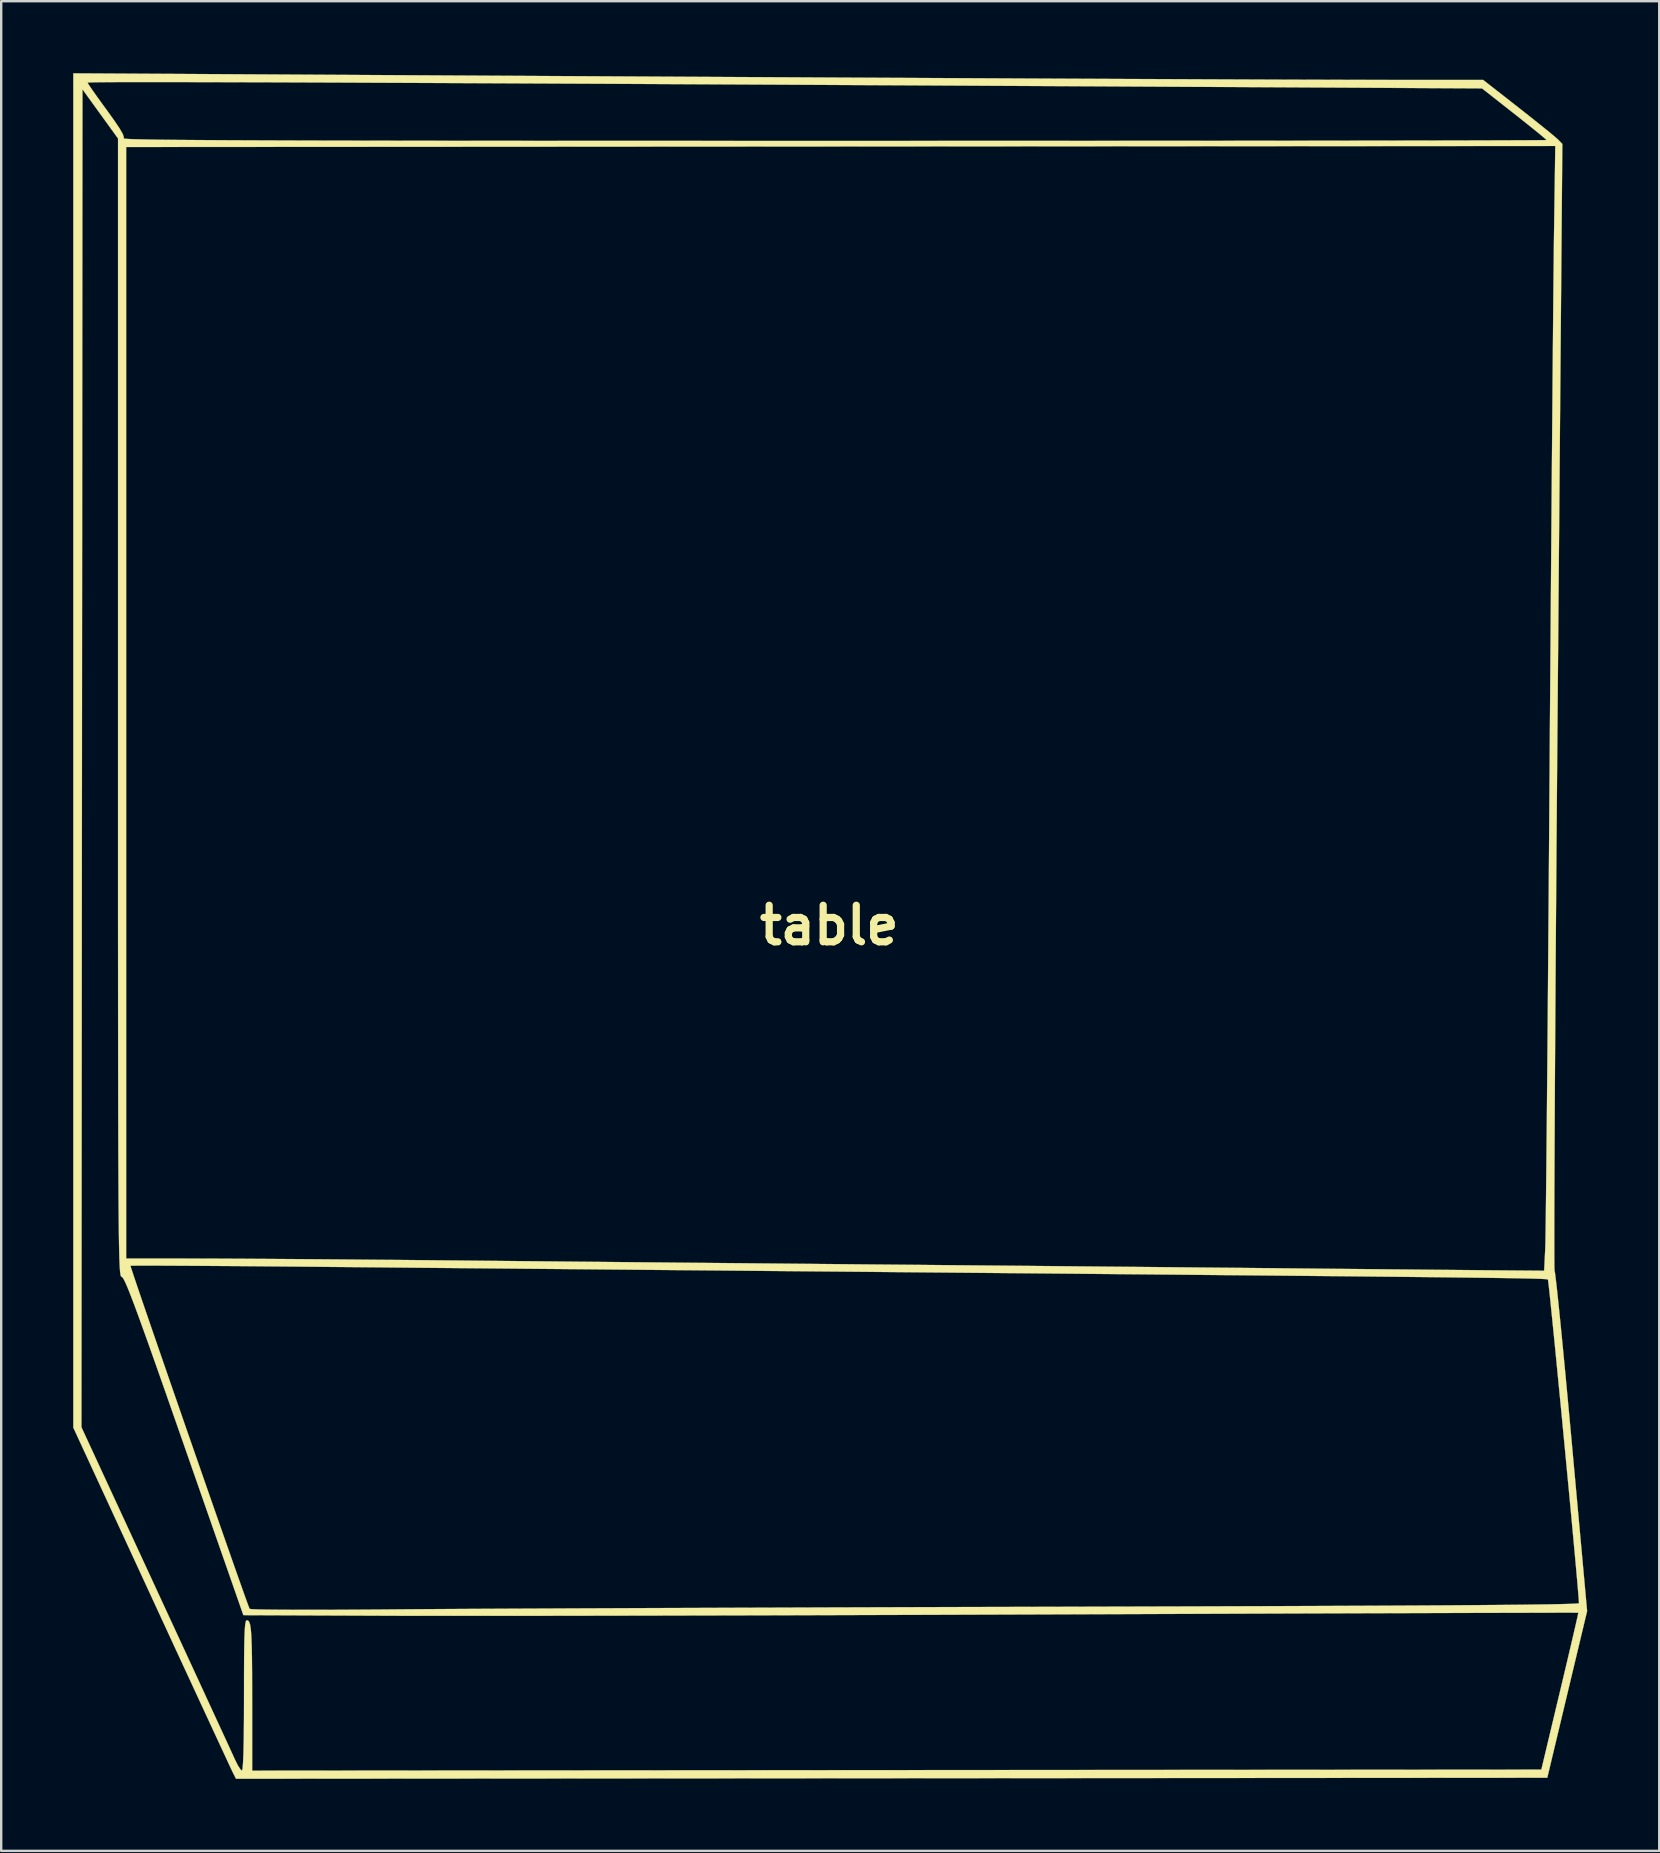
<source format=kicad_pcb>
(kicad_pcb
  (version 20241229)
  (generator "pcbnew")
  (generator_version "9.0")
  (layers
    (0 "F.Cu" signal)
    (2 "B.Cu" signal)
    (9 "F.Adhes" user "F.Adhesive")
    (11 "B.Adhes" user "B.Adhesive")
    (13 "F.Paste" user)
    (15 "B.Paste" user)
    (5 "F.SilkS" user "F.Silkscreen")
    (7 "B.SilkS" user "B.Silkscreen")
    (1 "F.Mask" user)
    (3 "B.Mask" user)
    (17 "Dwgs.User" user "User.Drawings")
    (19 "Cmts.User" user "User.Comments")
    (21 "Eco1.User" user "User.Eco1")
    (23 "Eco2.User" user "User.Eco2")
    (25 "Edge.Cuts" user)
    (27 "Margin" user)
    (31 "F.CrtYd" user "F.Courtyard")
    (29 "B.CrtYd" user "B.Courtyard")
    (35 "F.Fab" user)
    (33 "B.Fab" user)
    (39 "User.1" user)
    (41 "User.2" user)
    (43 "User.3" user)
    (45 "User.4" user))
  (footprint "table"
    (layer "F.Cu")
    (at 31.501 35.502)
    (property "Reference" "table" (at 0 0 0) (layer "F.SilkS") (effects (font (size 1.524 1.524) (thickness 0.3))))
    (attr through_hole)
    (fp_poly (pts (xy -21.484 -35.44) (xy -18.957 -35.425) (xy -16.436 -35.411) (xy -13.929 -35.397) (xy -11.442 -35.383) (xy -8.983 -35.37) (xy -6.558 -35.357) (xy -4.175 -35.344) (xy -1.841 -35.332) (xy 0.437 -35.32) (xy 2.652 -35.309) (xy 4.798 -35.298) (xy 6.866 -35.288) (xy 8.85 -35.278) (xy 10.743 -35.269) (xy 12.538 -35.261) (xy 14.227 -35.254) (xy 15.804 -35.247) (xy 17.261 -35.241) (xy 18.592 -35.235) (xy 19.789 -35.231) (xy 20.846 -35.228) (xy 21.754 -35.225) (xy 22.508 -35.223) (xy 23.101 -35.223) (xy 23.127 -35.223) (xy 27.246 -35.221) (xy 28.715 -34.072) (xy 29.156 -33.725) (xy 29.56 -33.403) (xy 29.907 -33.124) (xy 30.172 -32.905) (xy 30.334 -32.766) (xy 30.364 -32.738) (xy 30.544 -32.554) (xy 30.348 -9.103) (xy 30.331 -7.122) (xy 30.316 -5.184) (xy 30.301 -3.298) (xy 30.288 -1.469) (xy 30.275 0.295) (xy 30.263 1.987) (xy 30.253 3.602) (xy 30.243 5.131) (xy 30.234 6.568) (xy 30.227 7.906) (xy 30.221 9.139) (xy 30.216 10.26) (xy 30.212 11.261) (xy 30.21 12.136) (xy 30.209 12.878) (xy 30.209 13.48) (xy 30.21 13.936) (xy 30.213 14.239) (xy 30.218 14.381) (xy 30.22 14.392) (xy 30.238 14.481) (xy 30.269 14.726) (xy 30.314 15.115) (xy 30.369 15.636) (xy 30.435 16.275) (xy 30.509 17.021) (xy 30.591 17.861) (xy 30.679 18.783) (xy 30.772 19.773) (xy 30.869 20.821) (xy 30.932 21.505) (xy 31.576 28.575) (xy 30.746 32.046) (xy 29.917 35.518) (xy -24.718 35.56) (xy -24.836 35.327) (xy -24.889 35.218) (xy -25.007 34.966) (xy -25.185 34.582) (xy -25.419 34.078) (xy -25.703 33.466) (xy -26.032 32.755) (xy -26.401 31.958) (xy -26.805 31.086) (xy -27.238 30.15) (xy -27.695 29.16) (xy -28.171 28.129) (xy -28.225 28.012) (xy -31.496 20.93) (xy -31.496 20.914) (xy -31.158 20.914) (xy -28.055 27.623) (xy -27.587 28.636) (xy -27.135 29.613) (xy -26.706 30.541) (xy -26.305 31.409) (xy -25.938 32.205) (xy -25.61 32.917) (xy -25.326 33.532) (xy -25.093 34.038) (xy -24.915 34.425) (xy -24.799 34.679) (xy -24.754 34.777) (xy -24.633 35.017) (xy -24.525 35.179) (xy -24.47 35.221) (xy -24.444 35.137) (xy -24.424 34.886) (xy -24.407 34.47) (xy -24.395 33.892) (xy -24.387 33.154) (xy -24.384 32.258) (xy -24.384 32.089) (xy -24.383 31.26) (xy -24.38 30.585) (xy -24.374 30.051) (xy -24.365 29.642) (xy -24.352 29.343) (xy -24.335 29.14) (xy -24.313 29.019) (xy -24.286 28.963) (xy -24.268 28.956) (xy -24.212 28.972) (xy -24.166 29.031) (xy -24.129 29.147) (xy -24.1 29.336) (xy -24.079 29.611) (xy -24.064 29.989) (xy -24.054 30.483) (xy -24.048 31.109) (xy -24.046 31.882) (xy -24.045 32.353) (xy -24.045 35.222) (xy 2.812 35.2) (xy 29.669 35.179) (xy 30.447 31.919) (xy 30.617 31.204) (xy 30.774 30.542) (xy 30.913 29.951) (xy 31.03 29.449) (xy 31.121 29.054) (xy 31.182 28.782) (xy 31.209 28.652) (xy 31.21 28.643) (xy 31.125 28.642) (xy 30.878 28.641) (xy 30.476 28.641) (xy 29.926 28.642) (xy 29.235 28.644) (xy 28.41 28.646) (xy 27.459 28.648) (xy 26.388 28.651) (xy 25.204 28.655) (xy 23.916 28.659) (xy 22.529 28.663) (xy 21.052 28.668) (xy 19.49 28.673) (xy 17.852 28.679) (xy 16.144 28.685) (xy 14.374 28.692) (xy 12.548 28.699) (xy 10.673 28.706) (xy 9.692 28.71) (xy 7.705 28.717) (xy 5.716 28.724) (xy 3.735 28.731) (xy 1.771 28.737) (xy -0.165 28.743) (xy -2.063 28.749) (xy -3.913 28.754) (xy -5.704 28.758) (xy -7.427 28.762) (xy -9.07 28.765) (xy -10.625 28.768) (xy -12.081 28.77) (xy -13.428 28.771) (xy -14.655 28.772) (xy -15.753 28.772) (xy -16.711 28.772) (xy -17.518 28.771) (xy -18.111 28.769) (xy -24.411 28.744) (xy -26.871 21.696) (xy -27.309 20.442) (xy -27.695 19.339) (xy -28.033 18.379) (xy -28.326 17.552) (xy -28.578 16.85) (xy -28.79 16.263) (xy -28.968 15.783) (xy -29.114 15.401) (xy -29.231 15.108) (xy -29.323 14.895) (xy -29.393 14.753) (xy -29.444 14.674) (xy -29.48 14.647) (xy -29.482 14.647) (xy -29.497 14.643) (xy -29.511 14.624) (xy -29.524 14.587) (xy -29.536 14.524) (xy -29.548 14.43) (xy -29.558 14.3) (xy -29.564 14.186) (xy -29.115 14.186) (xy -29.092 14.268) (xy -29.017 14.495) (xy -28.897 14.855) (xy -28.735 15.333) (xy -28.536 15.915) (xy -28.305 16.588) (xy -28.047 17.338) (xy -27.766 18.151) (xy -27.469 19.012) (xy -27.158 19.909) (xy -26.84 20.828) (xy -26.518 21.754) (xy -26.198 22.674) (xy -25.885 23.573) (xy -25.583 24.439) (xy -25.297 25.257) (xy -25.032 26.013) (xy -24.793 26.694) (xy -24.584 27.285) (xy -24.411 27.774) (xy -24.278 28.145) (xy -24.19 28.385) (xy -24.151 28.481) (xy -24.06 28.494) (xy -23.811 28.504) (xy -23.414 28.512) (xy -22.882 28.517) (xy -22.224 28.52) (xy -21.453 28.521) (xy -20.579 28.519) (xy -19.613 28.514) (xy -18.567 28.507) (xy -18 28.502) (xy -17.356 28.497) (xy -16.553 28.492) (xy -15.6 28.486) (xy -14.509 28.48) (xy -13.288 28.474) (xy -11.948 28.468) (xy -10.498 28.461) (xy -8.95 28.455) (xy -7.313 28.448) (xy -5.597 28.442) (xy -3.812 28.435) (xy -1.968 28.429) (xy -0.076 28.422) (xy 1.856 28.416) (xy 3.816 28.41) (xy 5.795 28.404) (xy 7.782 28.399) (xy 9.673 28.394) (xy 12.114 28.387) (xy 14.389 28.381) (xy 16.502 28.374) (xy 18.456 28.368) (xy 20.256 28.361) (xy 21.904 28.354) (xy 23.405 28.347) (xy 24.762 28.34) (xy 25.979 28.333) (xy 27.059 28.325) (xy 28.006 28.317) (xy 28.824 28.309) (xy 29.516 28.3) (xy 30.086 28.292) (xy 30.538 28.282) (xy 30.874 28.273) (xy 31.1 28.263) (xy 31.218 28.252) (xy 31.238 28.245) (xy 31.227 28.072) (xy 31.201 27.754) (xy 31.163 27.307) (xy 31.113 26.746) (xy 31.053 26.086) (xy 30.984 25.344) (xy 30.909 24.534) (xy 30.828 23.672) (xy 30.742 22.774) (xy 30.655 21.854) (xy 30.566 20.929) (xy 30.478 20.014) (xy 30.391 19.124) (xy 30.308 18.275) (xy 30.23 17.482) (xy 30.158 16.76) (xy 30.094 16.126) (xy 30.04 15.594) (xy 29.996 15.18) (xy 29.964 14.9) (xy 29.947 14.769) (xy 29.944 14.761) (xy 29.931 14.755) (xy 29.901 14.749) (xy 29.847 14.743) (xy 29.766 14.738) (xy 29.651 14.732) (xy 29.497 14.726) (xy 29.3 14.721) (xy 29.053 14.715) (xy 28.752 14.709) (xy 28.391 14.703) (xy 27.965 14.696) (xy 27.468 14.689) (xy 26.896 14.682) (xy 26.244 14.674) (xy 25.504 14.665) (xy 24.674 14.656) (xy 23.746 14.646) (xy 22.717 14.636) (xy 21.58 14.624) (xy 20.33 14.612) (xy 18.963 14.599) (xy 17.472 14.585) (xy 15.853 14.57) (xy 14.1 14.553) (xy 12.208 14.536) (xy 10.172 14.517) (xy 7.986 14.497) (xy 5.645 14.476) (xy 3.144 14.454) (xy 1.228 14.436) (xy -0.493 14.421) (xy -2.255 14.405) (xy -4.042 14.388) (xy -5.839 14.372) (xy -7.63 14.356) (xy -9.4 14.339) (xy -11.132 14.323) (xy -12.812 14.308) (xy -14.424 14.293) (xy -15.953 14.279) (xy -17.382 14.266) (xy -18.696 14.253) (xy -19.879 14.242) (xy -20.917 14.233) (xy -21.378 14.228) (xy -22.505 14.218) (xy -23.583 14.209) (xy -24.601 14.2) (xy -25.545 14.194) (xy -26.405 14.188) (xy -27.168 14.184) (xy -27.822 14.181) (xy -28.356 14.18) (xy -28.757 14.18) (xy -29.014 14.182) (xy -29.114 14.186) (xy -29.115 14.186) (xy -29.564 14.186) (xy -29.567 14.126) (xy -29.576 13.905) (xy -29.584 13.629) (xy -29.591 13.293) (xy -29.597 12.891) (xy -29.603 12.418) (xy -29.608 11.866) (xy -29.613 11.232) (xy -29.616 10.508) (xy -29.62 9.689) (xy -29.623 8.77) (xy -29.625 7.743) (xy -29.627 6.605) (xy -29.629 5.348) (xy -29.63 3.966) (xy -29.631 2.455) (xy -29.632 0.808) (xy -29.633 -0.981) (xy -29.633 -2.917) (xy -29.633 -5.006) (xy -29.633 -7.255) (xy -29.633 -9.067) (xy -29.633 -32.427) (xy -29.295 -32.427) (xy -29.295 13.885) (xy -26.395 13.886) (xy -25.873 13.887) (xy -25.199 13.89) (xy -24.392 13.894) (xy -23.47 13.9) (xy -22.449 13.907) (xy -21.35 13.915) (xy -20.188 13.924) (xy -18.983 13.935) (xy -17.751 13.945) (xy -16.512 13.957) (xy -15.452 13.967) (xy -14.25 13.979) (xy -12.903 13.993) (xy -11.434 14.007) (xy -9.866 14.022) (xy -8.223 14.038) (xy -6.528 14.054) (xy -4.805 14.07) (xy -3.078 14.086) (xy -1.37 14.102) (xy 0.296 14.118) (xy 1.895 14.133) (xy 3.175 14.144) (xy 4.651 14.158) (xy 6.181 14.172) (xy 7.743 14.186) (xy 9.318 14.201) (xy 10.886 14.216) (xy 12.427 14.23) (xy 13.92 14.244) (xy 15.346 14.258) (xy 16.686 14.27) (xy 17.917 14.282) (xy 19.022 14.293) (xy 19.979 14.302) (xy 20.066 14.303) (xy 21.138 14.314) (xy 22.2 14.324) (xy 23.234 14.334) (xy 24.222 14.343) (xy 25.145 14.352) (xy 25.986 14.36) (xy 26.725 14.367) (xy 27.345 14.373) (xy 27.827 14.377) (xy 28.08 14.379) (xy 29.786 14.393) (xy 29.833 13.441) (xy 29.838 13.266) (xy 29.844 12.93) (xy 29.851 12.441) (xy 29.859 11.807) (xy 29.868 11.036) (xy 29.878 10.137) (xy 29.888 9.118) (xy 29.899 7.986) (xy 29.91 6.75) (xy 29.922 5.418) (xy 29.934 3.998) (xy 29.946 2.498) (xy 29.958 0.927) (xy 29.971 -0.707) (xy 29.984 -2.397) (xy 29.997 -4.133) (xy 30.009 -5.909) (xy 30.012 -6.223) (xy 30.024 -8.048) (xy 30.038 -9.86) (xy 30.051 -11.649) (xy 30.064 -13.404) (xy 30.077 -15.116) (xy 30.09 -16.776) (xy 30.102 -18.373) (xy 30.115 -19.898) (xy 30.127 -21.34) (xy 30.138 -22.691) (xy 30.149 -23.939) (xy 30.159 -25.076) (xy 30.168 -26.092) (xy 30.177 -26.977) (xy 30.185 -27.72) (xy 30.191 -28.312) (xy 30.196 -28.702) (xy 30.25 -32.47) (xy 0.478 -32.448) (xy -29.295 -32.427) (xy -29.633 -32.427) (xy -29.633 -32.782) (xy -30.374 -33.806) (xy -31.115 -34.831) (xy -31.158 20.914) (xy -31.496 20.914) (xy -31.496 -35.11) (xy -30.903 -35.11) (xy -30.856 -35.026) (xy -30.724 -34.831) (xy -30.526 -34.549) (xy -30.277 -34.204) (xy -30.109 -33.974) (xy -29.786 -33.524) (xy -29.563 -33.192) (xy -29.433 -32.964) (xy -29.389 -32.828) (xy -29.4 -32.787) (xy -29.379 -32.777) (xy -29.296 -32.768) (xy -29.148 -32.759) (xy -28.928 -32.751) (xy -28.634 -32.744) (xy -28.261 -32.737) (xy -27.803 -32.73) (xy -27.258 -32.724) (xy -26.619 -32.719) (xy -25.883 -32.714) (xy -25.046 -32.709) (xy -24.102 -32.705) (xy -23.047 -32.701) (xy -21.878 -32.697) (xy -20.589 -32.694) (xy -19.175 -32.692) (xy -17.633 -32.689) (xy -15.958 -32.687) (xy -14.146 -32.686) (xy -12.191 -32.684) (xy -10.09 -32.683) (xy -7.838 -32.682) (xy -5.431 -32.682) (xy -2.864 -32.681) (xy -0.132 -32.681) (xy 0.201 -32.681) (xy 2.433 -32.681) (xy 4.621 -32.682) (xy 6.759 -32.682) (xy 8.841 -32.683) (xy 10.862 -32.684) (xy 12.814 -32.685) (xy 14.693 -32.686) (xy 16.492 -32.687) (xy 18.204 -32.689) (xy 19.825 -32.69) (xy 21.347 -32.692) (xy 22.765 -32.694) (xy 24.073 -32.696) (xy 25.264 -32.698) (xy 26.334 -32.7) (xy 27.274 -32.703) (xy 28.08 -32.705) (xy 28.746 -32.708) (xy 29.265 -32.71) (xy 29.632 -32.713) (xy 29.839 -32.715) (xy 29.887 -32.717) (xy 29.824 -32.778) (xy 29.647 -32.927) (xy 29.376 -33.148) (xy 29.032 -33.424) (xy 28.634 -33.74) (xy 28.543 -33.811) (xy 27.198 -34.869) (xy 10.276 -34.96) (xy 6.982 -34.977) (xy 3.855 -34.994) (xy 0.89 -35.009) (xy -1.917 -35.024) (xy -4.568 -35.037) (xy -7.068 -35.05) (xy -9.42 -35.062) (xy -11.627 -35.072) (xy -13.694 -35.082) (xy -15.623 -35.091) (xy -17.418 -35.099) (xy -19.083 -35.106) (xy -20.621 -35.113) (xy -22.036 -35.118) (xy -23.331 -35.123) (xy -24.51 -35.126) (xy -25.577 -35.129) (xy -26.535 -35.131) (xy -27.387 -35.133) (xy -28.137 -35.133) (xy -28.789 -35.133) (xy -29.347 -35.132) (xy -29.812 -35.131) (xy -30.191 -35.128) (xy -30.485 -35.125) (xy -30.698 -35.121) (xy -30.835 -35.117) (xy -30.898 -35.112) (xy -30.903 -35.11) (xy -31.496 -35.11) (xy -31.496 -35.497) (xy -21.484 -35.44)) (stroke (width 0.01) (type solid)) (fill yes) (layer "F.SilkS")))
  (gr_rect
    (start -3 -3)
    (end 66.082 74.068)
    (stroke (width 0.1) (type default))
    (fill no)
    (layer "Edge.Cuts")))
</source>
